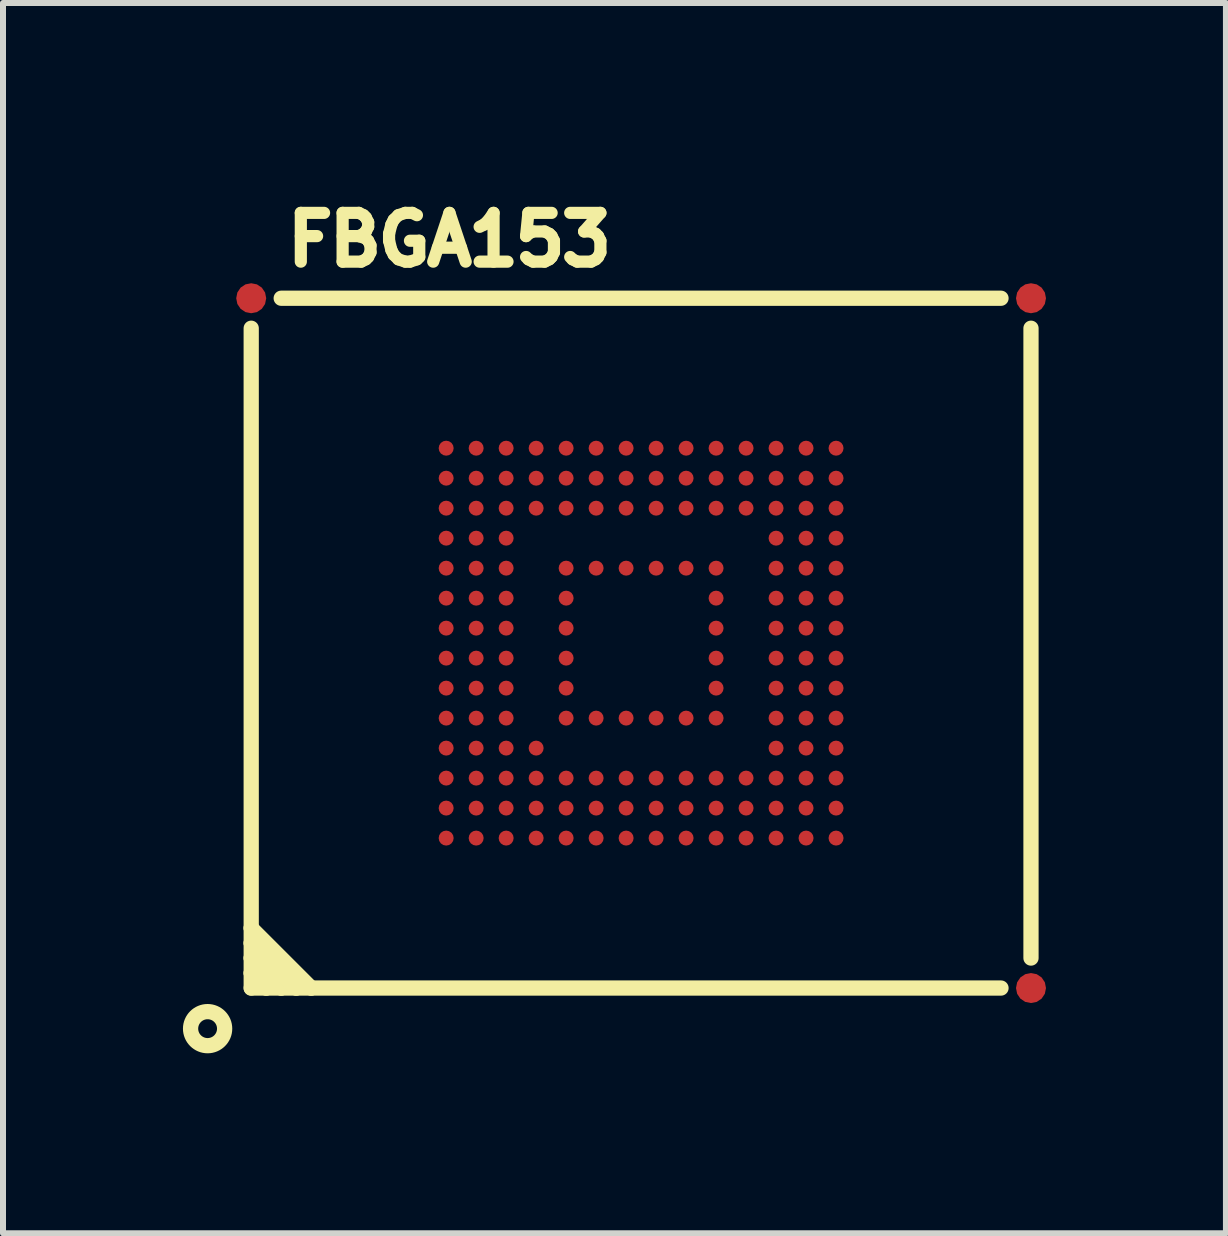
<source format=kicad_pcb>
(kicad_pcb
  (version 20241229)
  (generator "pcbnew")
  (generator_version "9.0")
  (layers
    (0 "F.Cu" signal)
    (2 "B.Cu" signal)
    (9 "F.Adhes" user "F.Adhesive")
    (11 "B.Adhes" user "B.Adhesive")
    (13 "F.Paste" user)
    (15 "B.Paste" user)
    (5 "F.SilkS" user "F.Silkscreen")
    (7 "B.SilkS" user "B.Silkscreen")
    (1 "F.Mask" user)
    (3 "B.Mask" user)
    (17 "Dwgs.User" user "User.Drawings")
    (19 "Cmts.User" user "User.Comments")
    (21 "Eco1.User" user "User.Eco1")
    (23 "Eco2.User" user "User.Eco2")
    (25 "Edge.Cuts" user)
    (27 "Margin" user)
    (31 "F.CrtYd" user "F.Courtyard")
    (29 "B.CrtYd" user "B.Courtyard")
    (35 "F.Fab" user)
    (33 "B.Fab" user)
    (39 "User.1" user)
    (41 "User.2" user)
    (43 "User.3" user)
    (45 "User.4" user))
  (footprint "FBGA153"
    (layer "F.Cu")
    (at 7.638 7.672)
    (property "Reference" "FBGA153" (at -6 -6.25 0) (layer "F.SilkS") (effects (font (size 0.813 0.813) (thickness 0.203)) (justify left bottom)))
    (fp_line (start -6.5 -5.25) (end -6.5 4.75) (stroke (width 0.254) (type solid)) (layer "F.SilkS"))
    (fp_line (start -6.5 4.75) (end -6.5 5) (stroke (width 0.254) (type solid)) (layer "F.SilkS"))
    (fp_line (start -6.5 5) (end -6.5 5.25) (stroke (width 0.254) (type solid)) (layer "F.SilkS"))
    (fp_line (start -6.5 5.25) (end -6.5 5.5) (stroke (width 0.254) (type solid)) (layer "F.SilkS"))
    (fp_line (start -6.5 5.5) (end -6.5 5.75) (stroke (width 0.254) (type solid)) (layer "F.SilkS"))
    (fp_line (start -6.5 5.75) (end -6.25 5.75) (stroke (width 0.254) (type solid)) (layer "F.SilkS"))
    (fp_line (start -6.25 5.75) (end -6.5 5.5) (stroke (width 0.254) (type solid)) (layer "F.SilkS"))
    (fp_line (start -6.25 5.75) (end -6 5.75) (stroke (width 0.254) (type solid)) (layer "F.SilkS"))
    (fp_line (start -6 5.75) (end -6.5 5.25) (stroke (width 0.254) (type solid)) (layer "F.SilkS"))
    (fp_line (start -6 5.75) (end -5.75 5.75) (stroke (width 0.254) (type solid)) (layer "F.SilkS"))
    (fp_line (start -5.75 5.75) (end -6.5 5) (stroke (width 0.254) (type solid)) (layer "F.SilkS"))
    (fp_line (start -5.75 5.75) (end -5.5 5.75) (stroke (width 0.254) (type solid)) (layer "F.SilkS"))
    (fp_line (start -5.5 5.75) (end -6.5 4.75) (stroke (width 0.254) (type solid)) (layer "F.SilkS"))
    (fp_line (start -5.5 5.75) (end 6 5.75) (stroke (width 0.254) (type solid)) (layer "F.SilkS"))
    (fp_line (start 6 -5.75) (end -6 -5.75) (stroke (width 0.254) (type solid)) (layer "F.SilkS"))
    (fp_line (start 6.5 5.25) (end 6.5 -5.25) (stroke (width 0.254) (type solid)) (layer "F.SilkS"))
    (fp_circle (center -7.227 6.427) (end -6.943 6.427) (stroke (width 0.254) (type solid)) (fill no) (layer "F.SilkS"))
    (fp_circle (center -3.25 -3.25) (end -3.2 -3.25) (stroke (width 0.2) (type solid)) (fill no) (layer "F.Paste"))
    (fp_circle (center -3.25 -2.75) (end -3.2 -2.75) (stroke (width 0.2) (type solid)) (fill no) (layer "F.Paste"))
    (fp_circle (center -3.25 -2.25) (end -3.2 -2.25) (stroke (width 0.2) (type solid)) (fill no) (layer "F.Paste"))
    (fp_circle (center -3.25 -1.75) (end -3.2 -1.75) (stroke (width 0.2) (type solid)) (fill no) (layer "F.Paste"))
    (fp_circle (center -3.25 -1.25) (end -3.2 -1.25) (stroke (width 0.2) (type solid)) (fill no) (layer "F.Paste"))
    (fp_circle (center -3.25 -0.75) (end -3.2 -0.75) (stroke (width 0.2) (type solid)) (fill no) (layer "F.Paste"))
    (fp_circle (center -3.25 -0.25) (end -3.2 -0.25) (stroke (width 0.2) (type solid)) (fill no) (layer "F.Paste"))
    (fp_circle (center -3.25 0.25) (end -3.2 0.25) (stroke (width 0.2) (type solid)) (fill no) (layer "F.Paste"))
    (fp_circle (center -3.25 0.75) (end -3.2 0.75) (stroke (width 0.2) (type solid)) (fill no) (layer "F.Paste"))
    (fp_circle (center -3.25 1.25) (end -3.2 1.25) (stroke (width 0.2) (type solid)) (fill no) (layer "F.Paste"))
    (fp_circle (center -3.25 1.75) (end -3.2 1.75) (stroke (width 0.2) (type solid)) (fill no) (layer "F.Paste"))
    (fp_circle (center -3.25 2.25) (end -3.2 2.25) (stroke (width 0.2) (type solid)) (fill no) (layer "F.Paste"))
    (fp_circle (center -3.25 2.75) (end -3.2 2.75) (stroke (width 0.2) (type solid)) (fill no) (layer "F.Paste"))
    (fp_circle (center -3.25 3.25) (end -3.2 3.25) (stroke (width 0.2) (type solid)) (fill no) (layer "F.Paste"))
    (fp_circle (center -2.75 -3.25) (end -2.7 -3.25) (stroke (width 0.2) (type solid)) (fill no) (layer "F.Paste"))
    (fp_circle (center -2.75 -2.75) (end -2.7 -2.75) (stroke (width 0.2) (type solid)) (fill no) (layer "F.Paste"))
    (fp_circle (center -2.75 -2.25) (end -2.7 -2.25) (stroke (width 0.2) (type solid)) (fill no) (layer "F.Paste"))
    (fp_circle (center -2.75 -1.75) (end -2.7 -1.75) (stroke (width 0.2) (type solid)) (fill no) (layer "F.Paste"))
    (fp_circle (center -2.75 -1.25) (end -2.7 -1.25) (stroke (width 0.2) (type solid)) (fill no) (layer "F.Paste"))
    (fp_circle (center -2.75 -0.75) (end -2.7 -0.75) (stroke (width 0.2) (type solid)) (fill no) (layer "F.Paste"))
    (fp_circle (center -2.75 -0.25) (end -2.7 -0.25) (stroke (width 0.2) (type solid)) (fill no) (layer "F.Paste"))
    (fp_circle (center -2.75 0.25) (end -2.7 0.25) (stroke (width 0.2) (type solid)) (fill no) (layer "F.Paste"))
    (fp_circle (center -2.75 0.75) (end -2.7 0.75) (stroke (width 0.2) (type solid)) (fill no) (layer "F.Paste"))
    (fp_circle (center -2.75 1.25) (end -2.7 1.25) (stroke (width 0.2) (type solid)) (fill no) (layer "F.Paste"))
    (fp_circle (center -2.75 1.75) (end -2.7 1.75) (stroke (width 0.2) (type solid)) (fill no) (layer "F.Paste"))
    (fp_circle (center -2.75 2.25) (end -2.7 2.25) (stroke (width 0.2) (type solid)) (fill no) (layer "F.Paste"))
    (fp_circle (center -2.75 2.75) (end -2.7 2.75) (stroke (width 0.2) (type solid)) (fill no) (layer "F.Paste"))
    (fp_circle (center -2.75 3.25) (end -2.7 3.25) (stroke (width 0.2) (type solid)) (fill no) (layer "F.Paste"))
    (fp_circle (center -2.25 -3.25) (end -2.2 -3.25) (stroke (width 0.2) (type solid)) (fill no) (layer "F.Paste"))
    (fp_circle (center -2.25 -2.75) (end -2.2 -2.75) (stroke (width 0.2) (type solid)) (fill no) (layer "F.Paste"))
    (fp_circle (center -2.25 -2.25) (end -2.2 -2.25) (stroke (width 0.2) (type solid)) (fill no) (layer "F.Paste"))
    (fp_circle (center -2.25 -1.75) (end -2.2 -1.75) (stroke (width 0.2) (type solid)) (fill no) (layer "F.Paste"))
    (fp_circle (center -2.25 -1.25) (end -2.2 -1.25) (stroke (width 0.2) (type solid)) (fill no) (layer "F.Paste"))
    (fp_circle (center -2.25 -0.75) (end -2.2 -0.75) (stroke (width 0.2) (type solid)) (fill no) (layer "F.Paste"))
    (fp_circle (center -2.25 -0.25) (end -2.2 -0.25) (stroke (width 0.2) (type solid)) (fill no) (layer "F.Paste"))
    (fp_circle (center -2.25 0.25) (end -2.2 0.25) (stroke (width 0.2) (type solid)) (fill no) (layer "F.Paste"))
    (fp_circle (center -2.25 0.75) (end -2.2 0.75) (stroke (width 0.2) (type solid)) (fill no) (layer "F.Paste"))
    (fp_circle (center -2.25 1.25) (end -2.2 1.25) (stroke (width 0.2) (type solid)) (fill no) (layer "F.Paste"))
    (fp_circle (center -2.25 1.75) (end -2.2 1.75) (stroke (width 0.2) (type solid)) (fill no) (layer "F.Paste"))
    (fp_circle (center -2.25 2.25) (end -2.2 2.25) (stroke (width 0.2) (type solid)) (fill no) (layer "F.Paste"))
    (fp_circle (center -2.25 2.75) (end -2.2 2.75) (stroke (width 0.2) (type solid)) (fill no) (layer "F.Paste"))
    (fp_circle (center -2.25 3.25) (end -2.2 3.25) (stroke (width 0.2) (type solid)) (fill no) (layer "F.Paste"))
    (fp_circle (center -1.75 -3.25) (end -1.7 -3.25) (stroke (width 0.2) (type solid)) (fill no) (layer "F.Paste"))
    (fp_circle (center -1.75 -2.75) (end -1.7 -2.75) (stroke (width 0.2) (type solid)) (fill no) (layer "F.Paste"))
    (fp_circle (center -1.75 -2.25) (end -1.7 -2.25) (stroke (width 0.2) (type solid)) (fill no) (layer "F.Paste"))
    (fp_circle (center -1.75 1.75) (end -1.7 1.75) (stroke (width 0.2) (type solid)) (fill no) (layer "F.Paste"))
    (fp_circle (center -1.75 2.25) (end -1.7 2.25) (stroke (width 0.2) (type solid)) (fill no) (layer "F.Paste"))
    (fp_circle (center -1.75 2.75) (end -1.7 2.75) (stroke (width 0.2) (type solid)) (fill no) (layer "F.Paste"))
    (fp_circle (center -1.75 3.25) (end -1.7 3.25) (stroke (width 0.2) (type solid)) (fill no) (layer "F.Paste"))
    (fp_circle (center -1.25 -3.25) (end -1.2 -3.25) (stroke (width 0.2) (type solid)) (fill no) (layer "F.Paste"))
    (fp_circle (center -1.25 -2.75) (end -1.2 -2.75) (stroke (width 0.2) (type solid)) (fill no) (layer "F.Paste"))
    (fp_circle (center -1.25 -2.25) (end -1.2 -2.25) (stroke (width 0.2) (type solid)) (fill no) (layer "F.Paste"))
    (fp_circle (center -1.25 -1.25) (end -1.2 -1.25) (stroke (width 0.2) (type solid)) (fill no) (layer "F.Paste"))
    (fp_circle (center -1.25 -0.75) (end -1.2 -0.75) (stroke (width 0.2) (type solid)) (fill no) (layer "F.Paste"))
    (fp_circle (center -1.25 -0.25) (end -1.2 -0.25) (stroke (width 0.2) (type solid)) (fill no) (layer "F.Paste"))
    (fp_circle (center -1.25 0.25) (end -1.2 0.25) (stroke (width 0.2) (type solid)) (fill no) (layer "F.Paste"))
    (fp_circle (center -1.25 0.75) (end -1.2 0.75) (stroke (width 0.2) (type solid)) (fill no) (layer "F.Paste"))
    (fp_circle (center -1.25 1.25) (end -1.2 1.25) (stroke (width 0.2) (type solid)) (fill no) (layer "F.Paste"))
    (fp_circle (center -1.25 2.25) (end -1.2 2.25) (stroke (width 0.2) (type solid)) (fill no) (layer "F.Paste"))
    (fp_circle (center -1.25 2.75) (end -1.2 2.75) (stroke (width 0.2) (type solid)) (fill no) (layer "F.Paste"))
    (fp_circle (center -1.25 3.25) (end -1.2 3.25) (stroke (width 0.2) (type solid)) (fill no) (layer "F.Paste"))
    (fp_circle (center -0.75 -3.25) (end -0.7 -3.25) (stroke (width 0.2) (type solid)) (fill no) (layer "F.Paste"))
    (fp_circle (center -0.75 -2.75) (end -0.7 -2.75) (stroke (width 0.2) (type solid)) (fill no) (layer "F.Paste"))
    (fp_circle (center -0.75 -2.25) (end -0.7 -2.25) (stroke (width 0.2) (type solid)) (fill no) (layer "F.Paste"))
    (fp_circle (center -0.75 -1.25) (end -0.7 -1.25) (stroke (width 0.2) (type solid)) (fill no) (layer "F.Paste"))
    (fp_circle (center -0.75 1.25) (end -0.7 1.25) (stroke (width 0.2) (type solid)) (fill no) (layer "F.Paste"))
    (fp_circle (center -0.75 2.25) (end -0.7 2.25) (stroke (width 0.2) (type solid)) (fill no) (layer "F.Paste"))
    (fp_circle (center -0.75 2.75) (end -0.7 2.75) (stroke (width 0.2) (type solid)) (fill no) (layer "F.Paste"))
    (fp_circle (center -0.75 3.25) (end -0.7 3.25) (stroke (width 0.2) (type solid)) (fill no) (layer "F.Paste"))
    (fp_circle (center -0.25 -3.25) (end -0.2 -3.25) (stroke (width 0.2) (type solid)) (fill no) (layer "F.Paste"))
    (fp_circle (center -0.25 -2.75) (end -0.2 -2.75) (stroke (width 0.2) (type solid)) (fill no) (layer "F.Paste"))
    (fp_circle (center -0.25 -2.25) (end -0.2 -2.25) (stroke (width 0.2) (type solid)) (fill no) (layer "F.Paste"))
    (fp_circle (center -0.25 -1.25) (end -0.2 -1.25) (stroke (width 0.2) (type solid)) (fill no) (layer "F.Paste"))
    (fp_circle (center -0.25 1.25) (end -0.2 1.25) (stroke (width 0.2) (type solid)) (fill no) (layer "F.Paste"))
    (fp_circle (center -0.25 2.25) (end -0.2 2.25) (stroke (width 0.2) (type solid)) (fill no) (layer "F.Paste"))
    (fp_circle (center -0.25 2.75) (end -0.2 2.75) (stroke (width 0.2) (type solid)) (fill no) (layer "F.Paste"))
    (fp_circle (center -0.25 3.25) (end -0.2 3.25) (stroke (width 0.2) (type solid)) (fill no) (layer "F.Paste"))
    (fp_circle (center 0.25 -3.25) (end 0.3 -3.25) (stroke (width 0.2) (type solid)) (fill no) (layer "F.Paste"))
    (fp_circle (center 0.25 -2.75) (end 0.3 -2.75) (stroke (width 0.2) (type solid)) (fill no) (layer "F.Paste"))
    (fp_circle (center 0.25 -2.25) (end 0.3 -2.25) (stroke (width 0.2) (type solid)) (fill no) (layer "F.Paste"))
    (fp_circle (center 0.25 -1.25) (end 0.3 -1.25) (stroke (width 0.2) (type solid)) (fill no) (layer "F.Paste"))
    (fp_circle (center 0.25 1.25) (end 0.3 1.25) (stroke (width 0.2) (type solid)) (fill no) (layer "F.Paste"))
    (fp_circle (center 0.25 2.25) (end 0.3 2.25) (stroke (width 0.2) (type solid)) (fill no) (layer "F.Paste"))
    (fp_circle (center 0.25 2.75) (end 0.3 2.75) (stroke (width 0.2) (type solid)) (fill no) (layer "F.Paste"))
    (fp_circle (center 0.25 3.25) (end 0.3 3.25) (stroke (width 0.2) (type solid)) (fill no) (layer "F.Paste"))
    (fp_circle (center 0.75 -3.25) (end 0.8 -3.25) (stroke (width 0.2) (type solid)) (fill no) (layer "F.Paste"))
    (fp_circle (center 0.75 -2.75) (end 0.8 -2.75) (stroke (width 0.2) (type solid)) (fill no) (layer "F.Paste"))
    (fp_circle (center 0.75 -2.25) (end 0.8 -2.25) (stroke (width 0.2) (type solid)) (fill no) (layer "F.Paste"))
    (fp_circle (center 0.75 -1.25) (end 0.8 -1.25) (stroke (width 0.2) (type solid)) (fill no) (layer "F.Paste"))
    (fp_circle (center 0.75 1.25) (end 0.8 1.25) (stroke (width 0.2) (type solid)) (fill no) (layer "F.Paste"))
    (fp_circle (center 0.75 2.25) (end 0.8 2.25) (stroke (width 0.2) (type solid)) (fill no) (layer "F.Paste"))
    (fp_circle (center 0.75 2.75) (end 0.8 2.75) (stroke (width 0.2) (type solid)) (fill no) (layer "F.Paste"))
    (fp_circle (center 0.75 3.25) (end 0.8 3.25) (stroke (width 0.2) (type solid)) (fill no) (layer "F.Paste"))
    (fp_circle (center 1.25 -3.25) (end 1.3 -3.25) (stroke (width 0.2) (type solid)) (fill no) (layer "F.Paste"))
    (fp_circle (center 1.25 -2.75) (end 1.3 -2.75) (stroke (width 0.2) (type solid)) (fill no) (layer "F.Paste"))
    (fp_circle (center 1.25 -2.25) (end 1.3 -2.25) (stroke (width 0.2) (type solid)) (fill no) (layer "F.Paste"))
    (fp_circle (center 1.25 -1.25) (end 1.3 -1.25) (stroke (width 0.2) (type solid)) (fill no) (layer "F.Paste"))
    (fp_circle (center 1.25 -0.75) (end 1.3 -0.75) (stroke (width 0.2) (type solid)) (fill no) (layer "F.Paste"))
    (fp_circle (center 1.25 -0.25) (end 1.3 -0.25) (stroke (width 0.2) (type solid)) (fill no) (layer "F.Paste"))
    (fp_circle (center 1.25 0.25) (end 1.3 0.25) (stroke (width 0.2) (type solid)) (fill no) (layer "F.Paste"))
    (fp_circle (center 1.25 0.75) (end 1.3 0.75) (stroke (width 0.2) (type solid)) (fill no) (layer "F.Paste"))
    (fp_circle (center 1.25 1.25) (end 1.3 1.25) (stroke (width 0.2) (type solid)) (fill no) (layer "F.Paste"))
    (fp_circle (center 1.25 2.25) (end 1.3 2.25) (stroke (width 0.2) (type solid)) (fill no) (layer "F.Paste"))
    (fp_circle (center 1.25 2.75) (end 1.3 2.75) (stroke (width 0.2) (type solid)) (fill no) (layer "F.Paste"))
    (fp_circle (center 1.25 3.25) (end 1.3 3.25) (stroke (width 0.2) (type solid)) (fill no) (layer "F.Paste"))
    (fp_circle (center 1.75 -3.25) (end 1.8 -3.25) (stroke (width 0.2) (type solid)) (fill no) (layer "F.Paste"))
    (fp_circle (center 1.75 -2.75) (end 1.8 -2.75) (stroke (width 0.2) (type solid)) (fill no) (layer "F.Paste"))
    (fp_circle (center 1.75 -2.25) (end 1.8 -2.25) (stroke (width 0.2) (type solid)) (fill no) (layer "F.Paste"))
    (fp_circle (center 1.75 2.25) (end 1.8 2.25) (stroke (width 0.2) (type solid)) (fill no) (layer "F.Paste"))
    (fp_circle (center 1.75 2.75) (end 1.8 2.75) (stroke (width 0.2) (type solid)) (fill no) (layer "F.Paste"))
    (fp_circle (center 1.75 3.25) (end 1.8 3.25) (stroke (width 0.2) (type solid)) (fill no) (layer "F.Paste"))
    (fp_circle (center 2.25 -3.25) (end 2.3 -3.25) (stroke (width 0.2) (type solid)) (fill no) (layer "F.Paste"))
    (fp_circle (center 2.25 -2.75) (end 2.3 -2.75) (stroke (width 0.2) (type solid)) (fill no) (layer "F.Paste"))
    (fp_circle (center 2.25 -2.25) (end 2.3 -2.25) (stroke (width 0.2) (type solid)) (fill no) (layer "F.Paste"))
    (fp_circle (center 2.25 -1.75) (end 2.3 -1.75) (stroke (width 0.2) (type solid)) (fill no) (layer "F.Paste"))
    (fp_circle (center 2.25 -1.25) (end 2.3 -1.25) (stroke (width 0.2) (type solid)) (fill no) (layer "F.Paste"))
    (fp_circle (center 2.25 -0.75) (end 2.3 -0.75) (stroke (width 0.2) (type solid)) (fill no) (layer "F.Paste"))
    (fp_circle (center 2.25 -0.25) (end 2.3 -0.25) (stroke (width 0.2) (type solid)) (fill no) (layer "F.Paste"))
    (fp_circle (center 2.25 0.25) (end 2.3 0.25) (stroke (width 0.2) (type solid)) (fill no) (layer "F.Paste"))
    (fp_circle (center 2.25 0.75) (end 2.3 0.75) (stroke (width 0.2) (type solid)) (fill no) (layer "F.Paste"))
    (fp_circle (center 2.25 1.25) (end 2.3 1.25) (stroke (width 0.2) (type solid)) (fill no) (layer "F.Paste"))
    (fp_circle (center 2.25 1.75) (end 2.3 1.75) (stroke (width 0.2) (type solid)) (fill no) (layer "F.Paste"))
    (fp_circle (center 2.25 2.25) (end 2.3 2.25) (stroke (width 0.2) (type solid)) (fill no) (layer "F.Paste"))
    (fp_circle (center 2.25 2.75) (end 2.3 2.75) (stroke (width 0.2) (type solid)) (fill no) (layer "F.Paste"))
    (fp_circle (center 2.25 3.25) (end 2.3 3.25) (stroke (width 0.2) (type solid)) (fill no) (layer "F.Paste"))
    (fp_circle (center 2.75 -3.25) (end 2.8 -3.25) (stroke (width 0.2) (type solid)) (fill no) (layer "F.Paste"))
    (fp_circle (center 2.75 -2.75) (end 2.8 -2.75) (stroke (width 0.2) (type solid)) (fill no) (layer "F.Paste"))
    (fp_circle (center 2.75 -2.25) (end 2.8 -2.25) (stroke (width 0.2) (type solid)) (fill no) (layer "F.Paste"))
    (fp_circle (center 2.75 -1.75) (end 2.8 -1.75) (stroke (width 0.2) (type solid)) (fill no) (layer "F.Paste"))
    (fp_circle (center 2.75 -1.25) (end 2.8 -1.25) (stroke (width 0.2) (type solid)) (fill no) (layer "F.Paste"))
    (fp_circle (center 2.75 -0.75) (end 2.8 -0.75) (stroke (width 0.2) (type solid)) (fill no) (layer "F.Paste"))
    (fp_circle (center 2.75 -0.25) (end 2.8 -0.25) (stroke (width 0.2) (type solid)) (fill no) (layer "F.Paste"))
    (fp_circle (center 2.75 0.25) (end 2.8 0.25) (stroke (width 0.2) (type solid)) (fill no) (layer "F.Paste"))
    (fp_circle (center 2.75 0.75) (end 2.8 0.75) (stroke (width 0.2) (type solid)) (fill no) (layer "F.Paste"))
    (fp_circle (center 2.75 1.25) (end 2.8 1.25) (stroke (width 0.2) (type solid)) (fill no) (layer "F.Paste"))
    (fp_circle (center 2.75 1.75) (end 2.8 1.75) (stroke (width 0.2) (type solid)) (fill no) (layer "F.Paste"))
    (fp_circle (center 2.75 2.25) (end 2.8 2.25) (stroke (width 0.2) (type solid)) (fill no) (layer "F.Paste"))
    (fp_circle (center 2.75 2.75) (end 2.8 2.75) (stroke (width 0.2) (type solid)) (fill no) (layer "F.Paste"))
    (fp_circle (center 2.75 3.25) (end 2.8 3.25) (stroke (width 0.2) (type solid)) (fill no) (layer "F.Paste"))
    (fp_circle (center 3.25 -3.25) (end 3.3 -3.25) (stroke (width 0.2) (type solid)) (fill no) (layer "F.Paste"))
    (fp_circle (center 3.25 -2.75) (end 3.3 -2.75) (stroke (width 0.2) (type solid)) (fill no) (layer "F.Paste"))
    (fp_circle (center 3.25 -2.25) (end 3.3 -2.25) (stroke (width 0.2) (type solid)) (fill no) (layer "F.Paste"))
    (fp_circle (center 3.25 -1.75) (end 3.3 -1.75) (stroke (width 0.2) (type solid)) (fill no) (layer "F.Paste"))
    (fp_circle (center 3.25 -1.25) (end 3.3 -1.25) (stroke (width 0.2) (type solid)) (fill no) (layer "F.Paste"))
    (fp_circle (center 3.25 -0.75) (end 3.3 -0.75) (stroke (width 0.2) (type solid)) (fill no) (layer "F.Paste"))
    (fp_circle (center 3.25 -0.25) (end 3.3 -0.25) (stroke (width 0.2) (type solid)) (fill no) (layer "F.Paste"))
    (fp_circle (center 3.25 0.25) (end 3.3 0.25) (stroke (width 0.2) (type solid)) (fill no) (layer "F.Paste"))
    (fp_circle (center 3.25 0.75) (end 3.3 0.75) (stroke (width 0.2) (type solid)) (fill no) (layer "F.Paste"))
    (fp_circle (center 3.25 1.25) (end 3.3 1.25) (stroke (width 0.2) (type solid)) (fill no) (layer "F.Paste"))
    (fp_circle (center 3.25 1.75) (end 3.3 1.75) (stroke (width 0.2) (type solid)) (fill no) (layer "F.Paste"))
    (fp_circle (center 3.25 2.25) (end 3.3 2.25) (stroke (width 0.2) (type solid)) (fill no) (layer "F.Paste"))
    (fp_circle (center 3.25 2.75) (end 3.3 2.75) (stroke (width 0.2) (type solid)) (fill no) (layer "F.Paste"))
    (fp_circle (center 3.25 3.25) (end 3.3 3.25) (stroke (width 0.2) (type solid)) (fill no) (layer "F.Paste"))
    (pad "A1" smd roundrect (at -3.25 3.25 90) (size 0.25 0.25) (layers "F.Cu" "F.Mask") (roundrect_rratio 0.5))
    (pad "A2" smd roundrect (at -3.25 2.75 90) (size 0.25 0.25) (layers "F.Cu" "F.Mask") (roundrect_rratio 0.5))
    (pad "A3" smd roundrect (at -3.25 2.25 90) (size 0.25 0.25) (layers "F.Cu" "F.Mask") (roundrect_rratio 0.5))
    (pad "A4" smd roundrect (at -3.25 1.75 90) (size 0.25 0.25) (layers "F.Cu" "F.Mask") (roundrect_rratio 0.5))
    (pad "A5" smd roundrect (at -3.25 1.25 90) (size 0.25 0.25) (layers "F.Cu" "F.Mask") (roundrect_rratio 0.5))
    (pad "A6" smd roundrect (at -3.25 0.75 90) (size 0.25 0.25) (layers "F.Cu" "F.Mask") (roundrect_rratio 0.5))
    (pad "A7" smd roundrect (at -3.25 0.25 90) (size 0.25 0.25) (layers "F.Cu" "F.Mask") (roundrect_rratio 0.5))
    (pad "A8" smd roundrect (at -3.25 -0.25 90) (size 0.25 0.25) (layers "F.Cu" "F.Mask") (roundrect_rratio 0.5))
    (pad "A9" smd roundrect (at -3.25 -0.75 90) (size 0.25 0.25) (layers "F.Cu" "F.Mask") (roundrect_rratio 0.5))
    (pad "A10" smd roundrect (at -3.25 -1.25 90) (size 0.25 0.25) (layers "F.Cu" "F.Mask") (roundrect_rratio 0.5))
    (pad "A11" smd roundrect (at -3.25 -1.75 90) (size 0.25 0.25) (layers "F.Cu" "F.Mask") (roundrect_rratio 0.5))
    (pad "A12" smd roundrect (at -3.25 -2.25 90) (size 0.25 0.25) (layers "F.Cu" "F.Mask") (roundrect_rratio 0.5))
    (pad "A13" smd roundrect (at -3.25 -2.75 90) (size 0.25 0.25) (layers "F.Cu" "F.Mask") (roundrect_rratio 0.5))
    (pad "A14" smd roundrect (at -3.25 -3.25 90) (size 0.25 0.25) (layers "F.Cu" "F.Mask") (roundrect_rratio 0.5))
    (pad "B1" smd roundrect (at -2.75 3.25 90) (size 0.25 0.25) (layers "F.Cu" "F.Mask") (roundrect_rratio 0.5))
    (pad "B2" smd roundrect (at -2.75 2.75 90) (size 0.25 0.25) (layers "F.Cu" "F.Mask") (roundrect_rratio 0.5))
    (pad "B3" smd roundrect (at -2.75 2.25 90) (size 0.25 0.25) (layers "F.Cu" "F.Mask") (roundrect_rratio 0.5))
    (pad "B4" smd roundrect (at -2.75 1.75 90) (size 0.25 0.25) (layers "F.Cu" "F.Mask") (roundrect_rratio 0.5))
    (pad "B5" smd roundrect (at -2.75 1.25 90) (size 0.25 0.25) (layers "F.Cu" "F.Mask") (roundrect_rratio 0.5))
    (pad "B6" smd roundrect (at -2.75 0.75 90) (size 0.25 0.25) (layers "F.Cu" "F.Mask") (roundrect_rratio 0.5))
    (pad "B7" smd roundrect (at -2.75 0.25 90) (size 0.25 0.25) (layers "F.Cu" "F.Mask") (roundrect_rratio 0.5))
    (pad "B8" smd roundrect (at -2.75 -0.25 90) (size 0.25 0.25) (layers "F.Cu" "F.Mask") (roundrect_rratio 0.5))
    (pad "B9" smd roundrect (at -2.75 -0.75 90) (size 0.25 0.25) (layers "F.Cu" "F.Mask") (roundrect_rratio 0.5))
    (pad "B10" smd roundrect (at -2.75 -1.25 90) (size 0.25 0.25) (layers "F.Cu" "F.Mask") (roundrect_rratio 0.5))
    (pad "B11" smd roundrect (at -2.75 -1.75 90) (size 0.25 0.25) (layers "F.Cu" "F.Mask") (roundrect_rratio 0.5))
    (pad "B12" smd roundrect (at -2.75 -2.25 90) (size 0.25 0.25) (layers "F.Cu" "F.Mask") (roundrect_rratio 0.5))
    (pad "B13" smd roundrect (at -2.75 -2.75 90) (size 0.25 0.25) (layers "F.Cu" "F.Mask") (roundrect_rratio 0.5))
    (pad "B14" smd roundrect (at -2.75 -3.25 90) (size 0.25 0.25) (layers "F.Cu" "F.Mask") (roundrect_rratio 0.5))
    (pad "C1" smd roundrect (at -2.25 3.25 90) (size 0.25 0.25) (layers "F.Cu" "F.Mask") (roundrect_rratio 0.5))
    (pad "C2" smd roundrect (at -2.25 2.75 90) (size 0.25 0.25) (layers "F.Cu" "F.Mask") (roundrect_rratio 0.5))
    (pad "C3" smd roundrect (at -2.25 2.25 90) (size 0.25 0.25) (layers "F.Cu" "F.Mask") (roundrect_rratio 0.5))
    (pad "C4" smd roundrect (at -2.25 1.75 90) (size 0.25 0.25) (layers "F.Cu" "F.Mask") (roundrect_rratio 0.5))
    (pad "C5" smd roundrect (at -2.25 1.25 90) (size 0.25 0.25) (layers "F.Cu" "F.Mask") (roundrect_rratio 0.5))
    (pad "C6" smd roundrect (at -2.25 0.75 90) (size 0.25 0.25) (layers "F.Cu" "F.Mask") (roundrect_rratio 0.5))
    (pad "C7" smd roundrect (at -2.25 0.25 90) (size 0.25 0.25) (layers "F.Cu" "F.Mask") (roundrect_rratio 0.5))
    (pad "C8" smd roundrect (at -2.25 -0.25 90) (size 0.25 0.25) (layers "F.Cu" "F.Mask") (roundrect_rratio 0.5))
    (pad "C9" smd roundrect (at -2.25 -0.75 90) (size 0.25 0.25) (layers "F.Cu" "F.Mask") (roundrect_rratio 0.5))
    (pad "C10" smd roundrect (at -2.25 -1.25 90) (size 0.25 0.25) (layers "F.Cu" "F.Mask") (roundrect_rratio 0.5))
    (pad "C11" smd roundrect (at -2.25 -1.75 90) (size 0.25 0.25) (layers "F.Cu" "F.Mask") (roundrect_rratio 0.5))
    (pad "C12" smd roundrect (at -2.25 -2.25 90) (size 0.25 0.25) (layers "F.Cu" "F.Mask") (roundrect_rratio 0.5))
    (pad "C13" smd roundrect (at -2.25 -2.75 90) (size 0.25 0.25) (layers "F.Cu" "F.Mask") (roundrect_rratio 0.5))
    (pad "C14" smd roundrect (at -2.25 -3.25 90) (size 0.25 0.25) (layers "F.Cu" "F.Mask") (roundrect_rratio 0.5))
    (pad "D1" smd roundrect (at -1.75 3.25 90) (size 0.25 0.25) (layers "F.Cu" "F.Mask") (roundrect_rratio 0.5))
    (pad "D2" smd roundrect (at -1.75 2.75 90) (size 0.25 0.25) (layers "F.Cu" "F.Mask") (roundrect_rratio 0.5))
    (pad "D3" smd roundrect (at -1.75 2.25 90) (size 0.25 0.25) (layers "F.Cu" "F.Mask") (roundrect_rratio 0.5))
    (pad "D4" smd roundrect (at -1.75 1.75 90) (size 0.25 0.25) (layers "F.Cu" "F.Mask") (roundrect_rratio 0.5))
    (pad "D12" smd roundrect (at -1.75 -2.25 90) (size 0.25 0.25) (layers "F.Cu" "F.Mask") (roundrect_rratio 0.5))
    (pad "D13" smd roundrect (at -1.75 -2.75 90) (size 0.25 0.25) (layers "F.Cu" "F.Mask") (roundrect_rratio 0.5))
    (pad "D14" smd roundrect (at -1.75 -3.25 90) (size 0.25 0.25) (layers "F.Cu" "F.Mask") (roundrect_rratio 0.5))
    (pad "E1" smd roundrect (at -1.25 3.25 90) (size 0.25 0.25) (layers "F.Cu" "F.Mask") (roundrect_rratio 0.5))
    (pad "E2" smd roundrect (at -1.25 2.75 90) (size 0.25 0.25) (layers "F.Cu" "F.Mask") (roundrect_rratio 0.5))
    (pad "E3" smd roundrect (at -1.25 2.25 90) (size 0.25 0.25) (layers "F.Cu" "F.Mask") (roundrect_rratio 0.5))
    (pad "E5" smd roundrect (at -1.25 1.25 90) (size 0.25 0.25) (layers "F.Cu" "F.Mask") (roundrect_rratio 0.5))
    (pad "E6" smd roundrect (at -1.25 0.75 90) (size 0.25 0.25) (layers "F.Cu" "F.Mask") (roundrect_rratio 0.5))
    (pad "E7" smd roundrect (at -1.25 0.25 90) (size 0.25 0.25) (layers "F.Cu" "F.Mask") (roundrect_rratio 0.5))
    (pad "E8" smd roundrect (at -1.25 -0.25 90) (size 0.25 0.25) (layers "F.Cu" "F.Mask") (roundrect_rratio 0.5))
    (pad "E9" smd roundrect (at -1.25 -0.75 90) (size 0.25 0.25) (layers "F.Cu" "F.Mask") (roundrect_rratio 0.5))
    (pad "E10" smd roundrect (at -1.25 -1.25 90) (size 0.25 0.25) (layers "F.Cu" "F.Mask") (roundrect_rratio 0.5))
    (pad "E12" smd roundrect (at -1.25 -2.25 90) (size 0.25 0.25) (layers "F.Cu" "F.Mask") (roundrect_rratio 0.5))
    (pad "E13" smd roundrect (at -1.25 -2.75 90) (size 0.25 0.25) (layers "F.Cu" "F.Mask") (roundrect_rratio 0.5))
    (pad "E14" smd roundrect (at -1.25 -3.25 90) (size 0.25 0.25) (layers "F.Cu" "F.Mask") (roundrect_rratio 0.5))
    (pad "F1" smd roundrect (at -0.75 3.25 90) (size 0.25 0.25) (layers "F.Cu" "F.Mask") (roundrect_rratio 0.5))
    (pad "F2" smd roundrect (at -0.75 2.75 90) (size 0.25 0.25) (layers "F.Cu" "F.Mask") (roundrect_rratio 0.5))
    (pad "F3" smd roundrect (at -0.75 2.25 90) (size 0.25 0.25) (layers "F.Cu" "F.Mask") (roundrect_rratio 0.5))
    (pad "F5" smd roundrect (at -0.75 1.25 90) (size 0.25 0.25) (layers "F.Cu" "F.Mask") (roundrect_rratio 0.5))
    (pad "F10" smd roundrect (at -0.75 -1.25 90) (size 0.25 0.25) (layers "F.Cu" "F.Mask") (roundrect_rratio 0.5))
    (pad "F12" smd roundrect (at -0.75 -2.25 90) (size 0.25 0.25) (layers "F.Cu" "F.Mask") (roundrect_rratio 0.5))
    (pad "F13" smd roundrect (at -0.75 -2.75 90) (size 0.25 0.25) (layers "F.Cu" "F.Mask") (roundrect_rratio 0.5))
    (pad "F14" smd roundrect (at -0.75 -3.25 90) (size 0.25 0.25) (layers "F.Cu" "F.Mask") (roundrect_rratio 0.5))
    (pad "FID1" smd roundrect (at -6.5 -5.75 90) (size 0.5 0.5) (layers "F.Cu" "F.Mask") (roundrect_rratio 0.5))
    (pad "FID2" smd roundrect (at 6.5 -5.75 90) (size 0.5 0.5) (layers "F.Cu" "F.Mask") (roundrect_rratio 0.5))
    (pad "FID3" smd roundrect (at 6.5 5.75 90) (size 0.5 0.5) (layers "F.Cu" "F.Mask") (roundrect_rratio 0.5))
    (pad "G1" smd roundrect (at -0.25 3.25 90) (size 0.25 0.25) (layers "F.Cu" "F.Mask") (roundrect_rratio 0.5))
    (pad "G2" smd roundrect (at -0.25 2.75 90) (size 0.25 0.25) (layers "F.Cu" "F.Mask") (roundrect_rratio 0.5))
    (pad "G3" smd roundrect (at -0.25 2.25 90) (size 0.25 0.25) (layers "F.Cu" "F.Mask") (roundrect_rratio 0.5))
    (pad "G5" smd roundrect (at -0.25 1.25 90) (size 0.25 0.25) (layers "F.Cu" "F.Mask") (roundrect_rratio 0.5))
    (pad "G10" smd roundrect (at -0.25 -1.25 90) (size 0.25 0.25) (layers "F.Cu" "F.Mask") (roundrect_rratio 0.5))
    (pad "G12" smd roundrect (at -0.25 -2.25 90) (size 0.25 0.25) (layers "F.Cu" "F.Mask") (roundrect_rratio 0.5))
    (pad "G13" smd roundrect (at -0.25 -2.75 90) (size 0.25 0.25) (layers "F.Cu" "F.Mask") (roundrect_rratio 0.5))
    (pad "G14" smd roundrect (at -0.25 -3.25 90) (size 0.25 0.25) (layers "F.Cu" "F.Mask") (roundrect_rratio 0.5))
    (pad "H1" smd roundrect (at 0.25 3.25 90) (size 0.25 0.25) (layers "F.Cu" "F.Mask") (roundrect_rratio 0.5))
    (pad "H2" smd roundrect (at 0.25 2.75 90) (size 0.25 0.25) (layers "F.Cu" "F.Mask") (roundrect_rratio 0.5))
    (pad "H3" smd roundrect (at 0.25 2.25 90) (size 0.25 0.25) (layers "F.Cu" "F.Mask") (roundrect_rratio 0.5))
    (pad "H5" smd roundrect (at 0.25 1.25 90) (size 0.25 0.25) (layers "F.Cu" "F.Mask") (roundrect_rratio 0.5))
    (pad "H10" smd roundrect (at 0.25 -1.25 90) (size 0.25 0.25) (layers "F.Cu" "F.Mask") (roundrect_rratio 0.5))
    (pad "H12" smd roundrect (at 0.25 -2.25 90) (size 0.25 0.25) (layers "F.Cu" "F.Mask") (roundrect_rratio 0.5))
    (pad "H13" smd roundrect (at 0.25 -2.75 90) (size 0.25 0.25) (layers "F.Cu" "F.Mask") (roundrect_rratio 0.5))
    (pad "H14" smd roundrect (at 0.25 -3.25 90) (size 0.25 0.25) (layers "F.Cu" "F.Mask") (roundrect_rratio 0.5))
    (pad "J1" smd roundrect (at 0.75 3.25 90) (size 0.25 0.25) (layers "F.Cu" "F.Mask") (roundrect_rratio 0.5))
    (pad "J2" smd roundrect (at 0.75 2.75 90) (size 0.25 0.25) (layers "F.Cu" "F.Mask") (roundrect_rratio 0.5))
    (pad "J3" smd roundrect (at 0.75 2.25 90) (size 0.25 0.25) (layers "F.Cu" "F.Mask") (roundrect_rratio 0.5))
    (pad "J5" smd roundrect (at 0.75 1.25 90) (size 0.25 0.25) (layers "F.Cu" "F.Mask") (roundrect_rratio 0.5))
    (pad "J10" smd roundrect (at 0.75 -1.25 90) (size 0.25 0.25) (layers "F.Cu" "F.Mask") (roundrect_rratio 0.5))
    (pad "J12" smd roundrect (at 0.75 -2.25 90) (size 0.25 0.25) (layers "F.Cu" "F.Mask") (roundrect_rratio 0.5))
    (pad "J13" smd roundrect (at 0.75 -2.75 90) (size 0.25 0.25) (layers "F.Cu" "F.Mask") (roundrect_rratio 0.5))
    (pad "J14" smd roundrect (at 0.75 -3.25 90) (size 0.25 0.25) (layers "F.Cu" "F.Mask") (roundrect_rratio 0.5))
    (pad "K1" smd roundrect (at 1.25 3.25 90) (size 0.25 0.25) (layers "F.Cu" "F.Mask") (roundrect_rratio 0.5))
    (pad "K2" smd roundrect (at 1.25 2.75 90) (size 0.25 0.25) (layers "F.Cu" "F.Mask") (roundrect_rratio 0.5))
    (pad "K3" smd roundrect (at 1.25 2.25 90) (size 0.25 0.25) (layers "F.Cu" "F.Mask") (roundrect_rratio 0.5))
    (pad "K5" smd roundrect (at 1.25 1.25 90) (size 0.25 0.25) (layers "F.Cu" "F.Mask") (roundrect_rratio 0.5))
    (pad "K6" smd roundrect (at 1.25 0.75 90) (size 0.25 0.25) (layers "F.Cu" "F.Mask") (roundrect_rratio 0.5))
    (pad "K7" smd roundrect (at 1.25 0.25 90) (size 0.25 0.25) (layers "F.Cu" "F.Mask") (roundrect_rratio 0.5))
    (pad "K8" smd roundrect (at 1.25 -0.25 90) (size 0.25 0.25) (layers "F.Cu" "F.Mask") (roundrect_rratio 0.5))
    (pad "K9" smd roundrect (at 1.25 -0.75 90) (size 0.25 0.25) (layers "F.Cu" "F.Mask") (roundrect_rratio 0.5))
    (pad "K10" smd roundrect (at 1.25 -1.25 90) (size 0.25 0.25) (layers "F.Cu" "F.Mask") (roundrect_rratio 0.5))
    (pad "K12" smd roundrect (at 1.25 -2.25 90) (size 0.25 0.25) (layers "F.Cu" "F.Mask") (roundrect_rratio 0.5))
    (pad "K13" smd roundrect (at 1.25 -2.75 90) (size 0.25 0.25) (layers "F.Cu" "F.Mask") (roundrect_rratio 0.5))
    (pad "K14" smd roundrect (at 1.25 -3.25 90) (size 0.25 0.25) (layers "F.Cu" "F.Mask") (roundrect_rratio 0.5))
    (pad "L1" smd roundrect (at 1.75 3.25 90) (size 0.25 0.25) (layers "F.Cu" "F.Mask") (roundrect_rratio 0.5))
    (pad "L2" smd roundrect (at 1.75 2.75 90) (size 0.25 0.25) (layers "F.Cu" "F.Mask") (roundrect_rratio 0.5))
    (pad "L3" smd roundrect (at 1.75 2.25 90) (size 0.25 0.25) (layers "F.Cu" "F.Mask") (roundrect_rratio 0.5))
    (pad "L12" smd roundrect (at 1.75 -2.25 90) (size 0.25 0.25) (layers "F.Cu" "F.Mask") (roundrect_rratio 0.5))
    (pad "L13" smd roundrect (at 1.75 -2.75 90) (size 0.25 0.25) (layers "F.Cu" "F.Mask") (roundrect_rratio 0.5))
    (pad "L14" smd roundrect (at 1.75 -3.25 90) (size 0.25 0.25) (layers "F.Cu" "F.Mask") (roundrect_rratio 0.5))
    (pad "M1" smd roundrect (at 2.25 3.25 90) (size 0.25 0.25) (layers "F.Cu" "F.Mask") (roundrect_rratio 0.5))
    (pad "M2" smd roundrect (at 2.25 2.75 90) (size 0.25 0.25) (layers "F.Cu" "F.Mask") (roundrect_rratio 0.5))
    (pad "M3" smd roundrect (at 2.25 2.25 90) (size 0.25 0.25) (layers "F.Cu" "F.Mask") (roundrect_rratio 0.5))
    (pad "M4" smd roundrect (at 2.25 1.75 90) (size 0.25 0.25) (layers "F.Cu" "F.Mask") (roundrect_rratio 0.5))
    (pad "M5" smd roundrect (at 2.25 1.25 90) (size 0.25 0.25) (layers "F.Cu" "F.Mask") (roundrect_rratio 0.5))
    (pad "M6" smd roundrect (at 2.25 0.75 90) (size 0.25 0.25) (layers "F.Cu" "F.Mask") (roundrect_rratio 0.5))
    (pad "M7" smd roundrect (at 2.25 0.25 90) (size 0.25 0.25) (layers "F.Cu" "F.Mask") (roundrect_rratio 0.5))
    (pad "M8" smd roundrect (at 2.25 -0.25 90) (size 0.25 0.25) (layers "F.Cu" "F.Mask") (roundrect_rratio 0.5))
    (pad "M9" smd roundrect (at 2.25 -0.75 90) (size 0.25 0.25) (layers "F.Cu" "F.Mask") (roundrect_rratio 0.5))
    (pad "M10" smd roundrect (at 2.25 -1.25 90) (size 0.25 0.25) (layers "F.Cu" "F.Mask") (roundrect_rratio 0.5))
    (pad "M11" smd roundrect (at 2.25 -1.75 90) (size 0.25 0.25) (layers "F.Cu" "F.Mask") (roundrect_rratio 0.5))
    (pad "M12" smd roundrect (at 2.25 -2.25 90) (size 0.25 0.25) (layers "F.Cu" "F.Mask") (roundrect_rratio 0.5))
    (pad "M13" smd roundrect (at 2.25 -2.75 90) (size 0.25 0.25) (layers "F.Cu" "F.Mask") (roundrect_rratio 0.5))
    (pad "M14" smd roundrect (at 2.25 -3.25 90) (size 0.25 0.25) (layers "F.Cu" "F.Mask") (roundrect_rratio 0.5))
    (pad "N1" smd roundrect (at 2.75 3.25 90) (size 0.25 0.25) (layers "F.Cu" "F.Mask") (roundrect_rratio 0.5))
    (pad "N2" smd roundrect (at 2.75 2.75 90) (size 0.25 0.25) (layers "F.Cu" "F.Mask") (roundrect_rratio 0.5))
    (pad "N3" smd roundrect (at 2.75 2.25 90) (size 0.25 0.25) (layers "F.Cu" "F.Mask") (roundrect_rratio 0.5))
    (pad "N4" smd roundrect (at 2.75 1.75 90) (size 0.25 0.25) (layers "F.Cu" "F.Mask") (roundrect_rratio 0.5))
    (pad "N5" smd roundrect (at 2.75 1.25 90) (size 0.25 0.25) (layers "F.Cu" "F.Mask") (roundrect_rratio 0.5))
    (pad "N6" smd roundrect (at 2.75 0.75 90) (size 0.25 0.25) (layers "F.Cu" "F.Mask") (roundrect_rratio 0.5))
    (pad "N7" smd roundrect (at 2.75 0.25 90) (size 0.25 0.25) (layers "F.Cu" "F.Mask") (roundrect_rratio 0.5))
    (pad "N8" smd roundrect (at 2.75 -0.25 90) (size 0.25 0.25) (layers "F.Cu" "F.Mask") (roundrect_rratio 0.5))
    (pad "N9" smd roundrect (at 2.75 -0.75 90) (size 0.25 0.25) (layers "F.Cu" "F.Mask") (roundrect_rratio 0.5))
    (pad "N10" smd roundrect (at 2.75 -1.25 90) (size 0.25 0.25) (layers "F.Cu" "F.Mask") (roundrect_rratio 0.5))
    (pad "N11" smd roundrect (at 2.75 -1.75 90) (size 0.25 0.25) (layers "F.Cu" "F.Mask") (roundrect_rratio 0.5))
    (pad "N12" smd roundrect (at 2.75 -2.25 90) (size 0.25 0.25) (layers "F.Cu" "F.Mask") (roundrect_rratio 0.5))
    (pad "N13" smd roundrect (at 2.75 -2.75 90) (size 0.25 0.25) (layers "F.Cu" "F.Mask") (roundrect_rratio 0.5))
    (pad "N14" smd roundrect (at 2.75 -3.25 90) (size 0.25 0.25) (layers "F.Cu" "F.Mask") (roundrect_rratio 0.5))
    (pad "P1" smd roundrect (at 3.25 3.25 90) (size 0.25 0.25) (layers "F.Cu" "F.Mask") (roundrect_rratio 0.5))
    (pad "P2" smd roundrect (at 3.25 2.75 90) (size 0.25 0.25) (layers "F.Cu" "F.Mask") (roundrect_rratio 0.5))
    (pad "P3" smd roundrect (at 3.25 2.25 90) (size 0.25 0.25) (layers "F.Cu" "F.Mask") (roundrect_rratio 0.5))
    (pad "P4" smd roundrect (at 3.25 1.75 90) (size 0.25 0.25) (layers "F.Cu" "F.Mask") (roundrect_rratio 0.5))
    (pad "P5" smd roundrect (at 3.25 1.25 90) (size 0.25 0.25) (layers "F.Cu" "F.Mask") (roundrect_rratio 0.5))
    (pad "P6" smd roundrect (at 3.25 0.75 90) (size 0.25 0.25) (layers "F.Cu" "F.Mask") (roundrect_rratio 0.5))
    (pad "P7" smd roundrect (at 3.25 0.25 90) (size 0.25 0.25) (layers "F.Cu" "F.Mask") (roundrect_rratio 0.5))
    (pad "P8" smd roundrect (at 3.25 -0.25 90) (size 0.25 0.25) (layers "F.Cu" "F.Mask") (roundrect_rratio 0.5))
    (pad "P9" smd roundrect (at 3.25 -0.75 90) (size 0.25 0.25) (layers "F.Cu" "F.Mask") (roundrect_rratio 0.5))
    (pad "P10" smd roundrect (at 3.25 -1.25 90) (size 0.25 0.25) (layers "F.Cu" "F.Mask") (roundrect_rratio 0.5))
    (pad "P11" smd roundrect (at 3.25 -1.75 90) (size 0.25 0.25) (layers "F.Cu" "F.Mask") (roundrect_rratio 0.5))
    (pad "P12" smd roundrect (at 3.25 -2.25 90) (size 0.25 0.25) (layers "F.Cu" "F.Mask") (roundrect_rratio 0.5))
    (pad "P13" smd roundrect (at 3.25 -2.75 90) (size 0.25 0.25) (layers "F.Cu" "F.Mask") (roundrect_rratio 0.5))
    (pad "P14" smd roundrect (at 3.25 -3.25 90) (size 0.25 0.25) (layers "F.Cu" "F.Mask") (roundrect_rratio 0.5)))
  (gr_rect
    (start -3 -3)
    (end 17.388 17.51)
    (stroke (width 0.1) (type default))
    (fill no)
    (layer "Edge.Cuts")))
</source>
